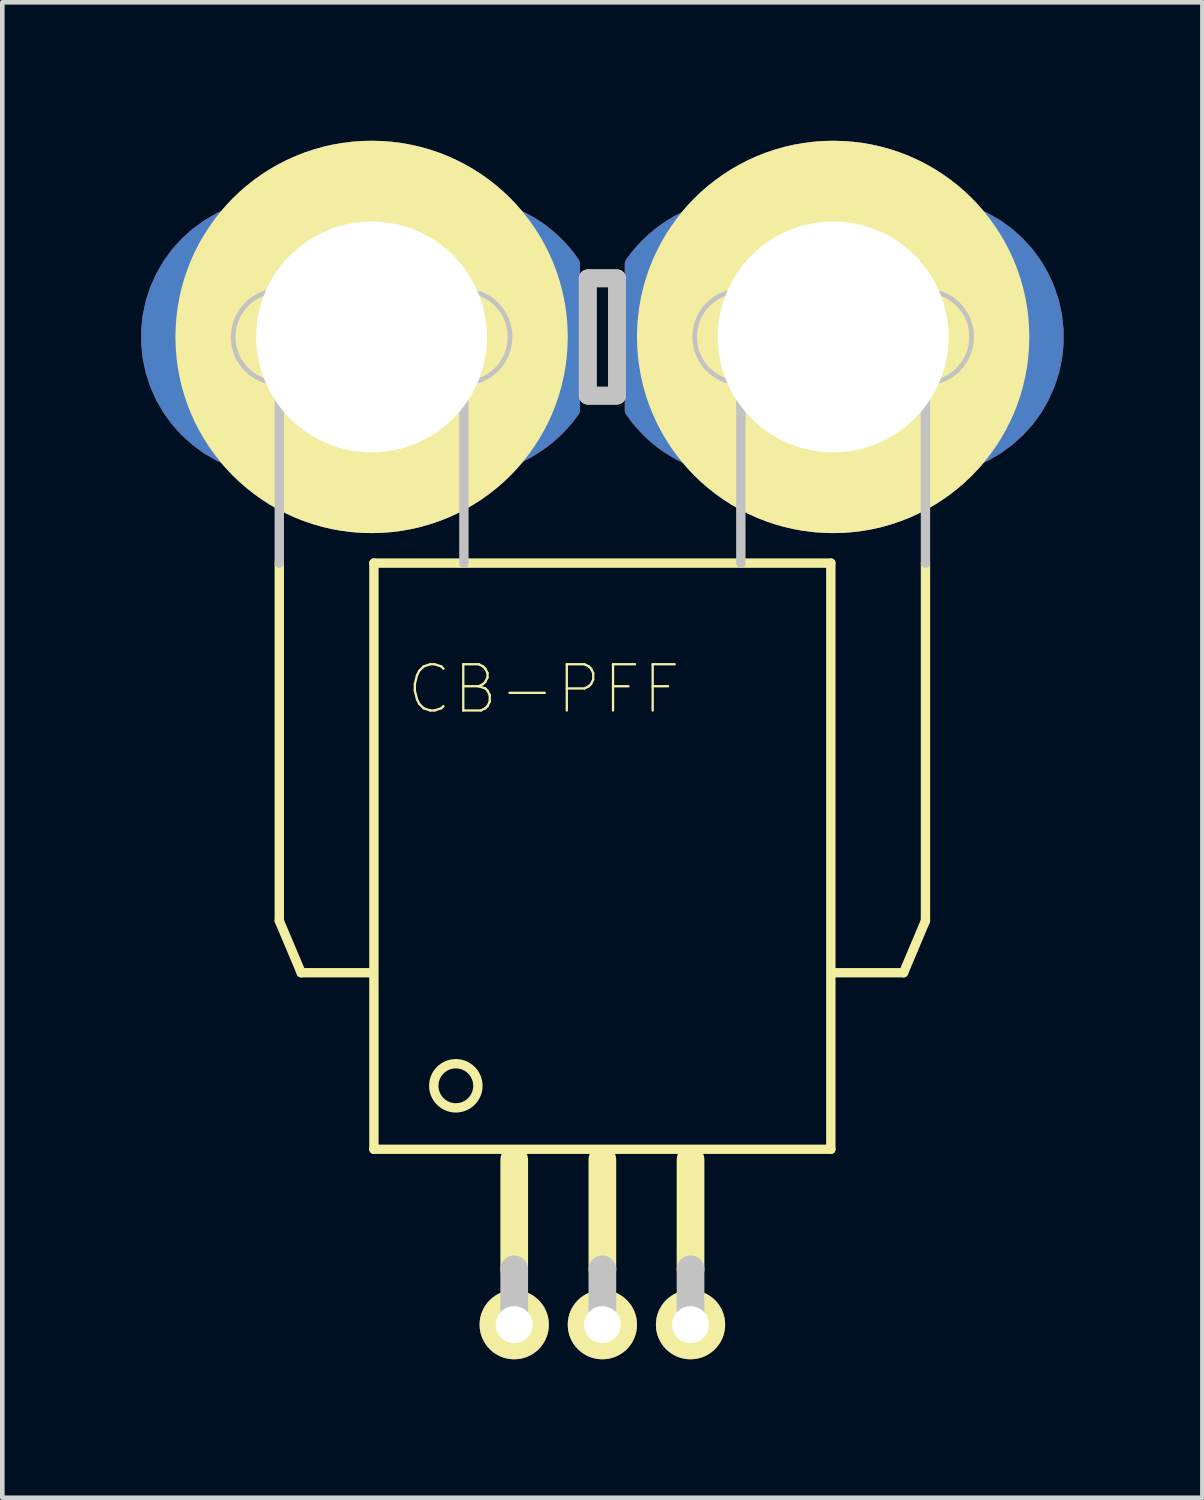
<source format=kicad_pcb>
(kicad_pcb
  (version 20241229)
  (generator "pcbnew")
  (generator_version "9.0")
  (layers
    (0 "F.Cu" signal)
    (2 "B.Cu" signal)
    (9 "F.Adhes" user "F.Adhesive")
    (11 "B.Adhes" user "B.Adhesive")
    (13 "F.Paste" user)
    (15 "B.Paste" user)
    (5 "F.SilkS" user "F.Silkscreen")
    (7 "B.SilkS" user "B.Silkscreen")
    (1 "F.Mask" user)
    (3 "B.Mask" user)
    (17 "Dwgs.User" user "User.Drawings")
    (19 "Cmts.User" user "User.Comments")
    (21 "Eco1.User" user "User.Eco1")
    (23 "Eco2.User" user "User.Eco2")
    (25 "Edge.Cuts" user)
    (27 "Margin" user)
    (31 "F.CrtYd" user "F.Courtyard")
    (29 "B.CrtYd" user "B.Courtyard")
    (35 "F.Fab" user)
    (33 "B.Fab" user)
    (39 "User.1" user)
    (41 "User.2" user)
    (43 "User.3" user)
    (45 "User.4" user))
  (footprint "CB-PFF"
    (layer "F.Cu")
    (at 10.001 4.25)
    (property "Reference" "CB-PFF" (at -1.272 7.632 0) (layer "F.SilkS") (effects (font (size 1.002 1.002) (thickness 0.05))))
    (attr through_hole)
    (fp_poly (pts (xy -0.635 -1.587) (xy -0.635 1.587) (xy -0.661 -1.626) (xy -0.713 -1.698) (xy -0.767 -1.769) (xy -0.824 -1.838) (xy -0.882 -1.905) (xy -0.943 -1.97) (xy -1.005 -2.034) (xy -1.07 -2.095) (xy -1.136 -2.155) (xy -1.204 -2.212) (xy -1.274 -2.267) (xy -1.346 -2.321) (xy -1.419 -2.371) (xy -1.494 -2.42) (xy -1.57 -2.466) (xy -1.647 -2.51) (xy -1.726 -2.552) (xy -1.806 -2.591) (xy -1.888 -2.627) (xy -1.97 -2.661) (xy -2.053 -2.693) (xy -2.138 -2.721) (xy -2.223 -2.748) (xy -2.309 -2.771) (xy -2.395 -2.792) (xy -2.482 -2.81) (xy -2.57 -2.826) (xy -2.658 -2.839) (xy -2.747 -2.849) (xy -2.836 -2.856) (xy -2.857 -2.857) (xy -6.985 2.857) (xy -7.135 -2.857) (xy -7.432 -2.826) (xy -7.725 -2.764) (xy -8.01 -2.671) (xy -8.284 -2.55) (xy -8.543 -2.4) (xy -8.786 -2.224) (xy -9.008 -2.023) (xy -9.209 -1.801) (xy -9.385 -1.559) (xy -9.534 -1.299) (xy -9.656 -1.026) (xy -9.749 -0.741) (xy -9.811 -0.448) (xy -9.842 -0.15) (xy -9.842 0.15) (xy -9.811 0.447) (xy -9.749 0.74) (xy -9.656 1.025) (xy -9.535 1.299) (xy -9.385 1.558) (xy -9.209 1.801) (xy -9.008 2.023) (xy -8.786 2.224) (xy -8.544 2.4) (xy -8.284 2.549) (xy -8.011 2.671) (xy -7.726 2.764) (xy -7.433 2.826) (xy -7.135 2.857) (xy -6.985 2.857) (xy -2.857 -2.857) (xy -2.793 2.852) (xy -2.706 2.842) (xy -2.619 2.829) (xy -2.533 2.814) (xy -2.447 2.796) (xy -2.362 2.776) (xy -2.277 2.753) (xy -2.193 2.728) (xy -2.11 2.701) (xy -2.028 2.671) (xy -1.946 2.638) (xy -1.866 2.604) (xy -1.786 2.566) (xy -1.708 2.527) (xy -1.631 2.486) (xy -1.555 2.442) (xy -1.48 2.396) (xy -1.407 2.348) (xy -1.335 2.297) (xy -1.265 2.245) (xy -1.196 2.191) (xy -1.129 2.134) (xy -1.064 2.076) (xy -1 2.016) (xy -0.938 1.954) (xy -0.878 1.89) (xy -0.82 1.825) (xy -0.763 1.758) (xy -0.709 1.689) (xy -0.657 1.619)) (stroke (width 0.3) (type solid)) (fill yes) (layer "F.Cu"))
    (fp_poly (pts (xy 0.635 1.587) (xy 0.635 -1.587) (xy 0.661 1.626) (xy 0.713 1.698) (xy 0.767 1.769) (xy 0.824 1.838) (xy 0.882 1.905) (xy 0.943 1.97) (xy 1.005 2.034) (xy 1.07 2.095) (xy 1.136 2.155) (xy 1.204 2.212) (xy 1.274 2.267) (xy 1.346 2.321) (xy 1.419 2.371) (xy 1.494 2.42) (xy 1.57 2.466) (xy 1.647 2.51) (xy 1.726 2.552) (xy 1.806 2.591) (xy 1.888 2.627) (xy 1.97 2.661) (xy 2.053 2.693) (xy 2.138 2.721) (xy 2.223 2.748) (xy 2.309 2.771) (xy 2.395 2.792) (xy 2.482 2.81) (xy 2.57 2.826) (xy 2.658 2.839) (xy 2.747 2.849) (xy 2.836 2.856) (xy 2.857 2.857) (xy 6.985 -2.857) (xy 7.135 2.857) (xy 7.432 2.826) (xy 7.725 2.764) (xy 8.01 2.671) (xy 8.284 2.55) (xy 8.543 2.4) (xy 8.786 2.224) (xy 9.008 2.023) (xy 9.209 1.801) (xy 9.385 1.559) (xy 9.534 1.299) (xy 9.656 1.026) (xy 9.749 0.741) (xy 9.811 0.448) (xy 9.842 0.15) (xy 9.842 -0.15) (xy 9.811 -0.447) (xy 9.749 -0.74) (xy 9.656 -1.025) (xy 9.535 -1.299) (xy 9.385 -1.558) (xy 9.209 -1.801) (xy 9.008 -2.023) (xy 8.786 -2.224) (xy 8.544 -2.4) (xy 8.284 -2.549) (xy 8.011 -2.671) (xy 7.726 -2.764) (xy 7.433 -2.826) (xy 7.135 -2.857) (xy 6.985 -2.857) (xy 2.857 2.857) (xy 2.793 -2.852) (xy 2.706 -2.842) (xy 2.619 -2.829) (xy 2.533 -2.814) (xy 2.447 -2.796) (xy 2.362 -2.776) (xy 2.277 -2.753) (xy 2.193 -2.728) (xy 2.11 -2.701) (xy 2.028 -2.671) (xy 1.946 -2.638) (xy 1.866 -2.604) (xy 1.786 -2.566) (xy 1.708 -2.527) (xy 1.631 -2.486) (xy 1.555 -2.442) (xy 1.48 -2.396) (xy 1.407 -2.348) (xy 1.335 -2.297) (xy 1.265 -2.245) (xy 1.196 -2.191) (xy 1.129 -2.134) (xy 1.064 -2.076) (xy 1 -2.016) (xy 0.938 -1.954) (xy 0.878 -1.89) (xy 0.82 -1.825) (xy 0.763 -1.758) (xy 0.709 -1.689) (xy 0.657 -1.619)) (stroke (width 0.3) (type solid)) (fill yes) (layer "F.Cu"))
    (fp_poly (pts (xy -0.635 -1.587) (xy -0.635 1.587) (xy -0.661 -1.626) (xy -0.713 -1.698) (xy -0.767 -1.769) (xy -0.824 -1.838) (xy -0.882 -1.905) (xy -0.943 -1.97) (xy -1.005 -2.034) (xy -1.07 -2.095) (xy -1.136 -2.155) (xy -1.204 -2.212) (xy -1.274 -2.267) (xy -1.346 -2.321) (xy -1.419 -2.371) (xy -1.494 -2.42) (xy -1.57 -2.466) (xy -1.647 -2.51) (xy -1.726 -2.552) (xy -1.806 -2.591) (xy -1.888 -2.627) (xy -1.97 -2.661) (xy -2.053 -2.693) (xy -2.138 -2.721) (xy -2.223 -2.748) (xy -2.309 -2.771) (xy -2.395 -2.792) (xy -2.482 -2.81) (xy -2.57 -2.826) (xy -2.658 -2.839) (xy -2.747 -2.849) (xy -2.836 -2.856) (xy -2.857 -2.857) (xy -6.985 2.857) (xy -7.135 -2.857) (xy -7.432 -2.826) (xy -7.725 -2.764) (xy -8.01 -2.671) (xy -8.284 -2.55) (xy -8.543 -2.4) (xy -8.786 -2.224) (xy -9.008 -2.023) (xy -9.209 -1.801) (xy -9.385 -1.559) (xy -9.534 -1.299) (xy -9.656 -1.026) (xy -9.749 -0.741) (xy -9.811 -0.448) (xy -9.842 -0.15) (xy -9.842 0.15) (xy -9.811 0.447) (xy -9.749 0.74) (xy -9.656 1.025) (xy -9.535 1.299) (xy -9.385 1.558) (xy -9.209 1.801) (xy -9.008 2.023) (xy -8.786 2.224) (xy -8.544 2.4) (xy -8.284 2.549) (xy -8.011 2.671) (xy -7.726 2.764) (xy -7.433 2.826) (xy -7.135 2.857) (xy -6.985 2.857) (xy -2.857 -2.857) (xy -2.793 2.852) (xy -2.706 2.842) (xy -2.619 2.829) (xy -2.533 2.814) (xy -2.447 2.796) (xy -2.362 2.776) (xy -2.277 2.753) (xy -2.193 2.728) (xy -2.11 2.701) (xy -2.028 2.671) (xy -1.946 2.638) (xy -1.866 2.604) (xy -1.786 2.566) (xy -1.708 2.527) (xy -1.631 2.486) (xy -1.555 2.442) (xy -1.48 2.396) (xy -1.407 2.348) (xy -1.335 2.297) (xy -1.265 2.245) (xy -1.196 2.191) (xy -1.129 2.134) (xy -1.064 2.076) (xy -1 2.016) (xy -0.938 1.954) (xy -0.878 1.89) (xy -0.82 1.825) (xy -0.763 1.758) (xy -0.709 1.689) (xy -0.657 1.619)) (stroke (width 0.3) (type solid)) (fill yes) (layer "B.Cu"))
    (fp_poly (pts (xy 0.635 1.587) (xy 0.635 -1.587) (xy 0.661 1.626) (xy 0.713 1.698) (xy 0.767 1.769) (xy 0.824 1.838) (xy 0.882 1.905) (xy 0.943 1.97) (xy 1.005 2.034) (xy 1.07 2.095) (xy 1.136 2.155) (xy 1.204 2.212) (xy 1.274 2.267) (xy 1.346 2.321) (xy 1.419 2.371) (xy 1.494 2.42) (xy 1.57 2.466) (xy 1.647 2.51) (xy 1.726 2.552) (xy 1.806 2.591) (xy 1.888 2.627) (xy 1.97 2.661) (xy 2.053 2.693) (xy 2.138 2.721) (xy 2.223 2.748) (xy 2.309 2.771) (xy 2.395 2.792) (xy 2.482 2.81) (xy 2.57 2.826) (xy 2.658 2.839) (xy 2.747 2.849) (xy 2.836 2.856) (xy 2.857 2.857) (xy 6.985 -2.857) (xy 7.135 2.857) (xy 7.432 2.826) (xy 7.725 2.764) (xy 8.01 2.671) (xy 8.284 2.55) (xy 8.543 2.4) (xy 8.786 2.224) (xy 9.008 2.023) (xy 9.209 1.801) (xy 9.385 1.559) (xy 9.534 1.299) (xy 9.656 1.026) (xy 9.749 0.741) (xy 9.811 0.448) (xy 9.842 0.15) (xy 9.842 -0.15) (xy 9.811 -0.447) (xy 9.749 -0.74) (xy 9.656 -1.025) (xy 9.535 -1.299) (xy 9.385 -1.558) (xy 9.209 -1.801) (xy 9.008 -2.023) (xy 8.786 -2.224) (xy 8.544 -2.4) (xy 8.284 -2.549) (xy 8.011 -2.671) (xy 7.726 -2.764) (xy 7.433 -2.826) (xy 7.135 -2.857) (xy 6.985 -2.857) (xy 2.857 2.857) (xy 2.793 -2.852) (xy 2.706 -2.842) (xy 2.619 -2.829) (xy 2.533 -2.814) (xy 2.447 -2.796) (xy 2.362 -2.776) (xy 2.277 -2.753) (xy 2.193 -2.728) (xy 2.11 -2.701) (xy 2.028 -2.671) (xy 1.946 -2.638) (xy 1.866 -2.604) (xy 1.786 -2.566) (xy 1.708 -2.527) (xy 1.631 -2.486) (xy 1.555 -2.442) (xy 1.48 -2.396) (xy 1.407 -2.348) (xy 1.335 -2.297) (xy 1.265 -2.245) (xy 1.196 -2.191) (xy 1.129 -2.134) (xy 1.064 -2.076) (xy 1 -2.016) (xy 0.938 -1.954) (xy 0.878 -1.89) (xy 0.82 -1.825) (xy 0.763 -1.758) (xy 0.709 -1.689) (xy 0.657 -1.619)) (stroke (width 0.3) (type solid)) (fill yes) (layer "B.Cu"))
    (fp_line (start -7 4.9) (end -7 12.65) (stroke (width 0.203) (type solid)) (layer "F.SilkS"))
    (fp_line (start -6.525 13.775) (end -7 12.65) (stroke (width 0.203) (type solid)) (layer "F.SilkS"))
    (fp_line (start -6.525 13.775) (end -5.025 13.775) (stroke (width 0.203) (type solid)) (layer "F.SilkS"))
    (fp_line (start -4.95 4.9) (end -4.95 17.6) (stroke (width 0.203) (type solid)) (layer "F.SilkS"))
    (fp_line (start -4.95 4.9) (end 4.95 4.9) (stroke (width 0.203) (type solid)) (layer "F.SilkS"))
    (fp_line (start -4.95 17.6) (end 4.95 17.6) (stroke (width 0.203) (type solid)) (layer "F.SilkS"))
    (fp_line (start -1.91 20.2) (end -1.91 17.825) (stroke (width 0.6) (type solid)) (layer "F.SilkS"))
    (fp_line (start 0 20.2) (end 0 17.825) (stroke (width 0.6) (type solid)) (layer "F.SilkS"))
    (fp_line (start 1.91 20.2) (end 1.91 17.825) (stroke (width 0.6) (type solid)) (layer "F.SilkS"))
    (fp_line (start 4.95 17.6) (end 4.95 4.9) (stroke (width 0.203) (type solid)) (layer "F.SilkS"))
    (fp_line (start 6.525 13.775) (end 5 13.775) (stroke (width 0.203) (type solid)) (layer "F.SilkS"))
    (fp_line (start 6.525 13.775) (end 7 12.65) (stroke (width 0.203) (type solid)) (layer "F.SilkS"))
    (fp_line (start 7 4.9) (end 7 12.65) (stroke (width 0.203) (type solid)) (layer "F.SilkS"))
    (fp_circle (center -3.175 16.225) (end -2.697 16.225) (stroke (width 0.203) (type solid)) (fill no) (layer "F.SilkS"))
    (fp_line (start -7 -3) (end -3 -3) (stroke (width 0.001) (type solid)) (layer "Dwgs.User"))
    (fp_line (start -7 -1) (end -3 -1) (stroke (width 0.1) (type solid)) (layer "Dwgs.User"))
    (fp_line (start -7 -0.7) (end -7 4.9) (stroke (width 0.203) (type solid)) (layer "Dwgs.User"))
    (fp_line (start -7 -0.7) (end -3 -0.7) (stroke (width 0.203) (type solid)) (layer "Dwgs.User"))
    (fp_line (start -7 3) (end -3 3) (stroke (width 0.001) (type solid)) (layer "Dwgs.User"))
    (fp_line (start -3 -0.7) (end -3 4.9) (stroke (width 0.203) (type solid)) (layer "Dwgs.User"))
    (fp_line (start -3 1) (end -7 1) (stroke (width 0.1) (type solid)) (layer "Dwgs.User"))
    (fp_line (start -1.91 21.4) (end -1.91 20.2) (stroke (width 0.6) (type solid)) (layer "Dwgs.User"))
    (fp_line (start -0.5 -1.65) (end -0.5 1.65) (stroke (width 0.001) (type solid)) (layer "Dwgs.User"))
    (fp_line (start 0 21.4) (end 0 20.2) (stroke (width 0.6) (type solid)) (layer "Dwgs.User"))
    (fp_line (start 0.5 -1.65) (end 0.5 1.65) (stroke (width 0.001) (type solid)) (layer "Dwgs.User"))
    (fp_line (start 1.91 21.4) (end 1.91 20.2) (stroke (width 0.6) (type solid)) (layer "Dwgs.User"))
    (fp_line (start 3 -1) (end 7 -1) (stroke (width 0.1) (type solid)) (layer "Dwgs.User"))
    (fp_line (start 3 -0.7) (end 3 4.9) (stroke (width 0.203) (type solid)) (layer "Dwgs.User"))
    (fp_line (start 7 -3) (end 3 -3) (stroke (width 0.001) (type solid)) (layer "Dwgs.User"))
    (fp_line (start 7 -0.7) (end 3 -0.7) (stroke (width 0.203) (type solid)) (layer "Dwgs.User"))
    (fp_line (start 7 1) (end 3 1) (stroke (width 0.1) (type solid)) (layer "Dwgs.User"))
    (fp_line (start 7 3) (end 3 3) (stroke (width 0.001) (type solid)) (layer "Dwgs.User"))
    (fp_line (start 7 4.9) (end 7 -0.7) (stroke (width 0.203) (type solid)) (layer "Dwgs.User"))
    (fp_arc (start -7 1) (mid -8 0) (end -7 -1) (stroke (width 0.1) (type solid)) (layer "Dwgs.User"))
    (fp_arc (start -7 3) (mid -10 0) (end -7 -3) (stroke (width 0.001) (type solid)) (layer "Dwgs.User"))
    (fp_arc (start -3 -1) (mid -2 0) (end -3 1) (stroke (width 0.1) (type solid)) (layer "Dwgs.User"))
    (fp_arc (start -2.997995 -2.999998) (mid -1.57851 -2.640464) (end -0.5 -1.65) (stroke (width 0.001) (type solid)) (layer "Dwgs.User"))
    (fp_arc (start -0.5 1.65) (mid -1.57851 2.640464) (end -2.997995 2.999998) (stroke (width 0.001) (type solid)) (layer "Dwgs.User"))
    (fp_arc (start 0.5 -1.65) (mid 1.57851 -2.640464) (end 2.997995 -2.999998) (stroke (width 0.001) (type solid)) (layer "Dwgs.User"))
    (fp_arc (start 2.997995 2.999998) (mid 1.57851 2.640464) (end 0.5 1.65) (stroke (width 0.001) (type solid)) (layer "Dwgs.User"))
    (fp_arc (start 3 1) (mid 2 0) (end 3 -1) (stroke (width 0.1) (type solid)) (layer "Dwgs.User"))
    (fp_arc (start 7 -3) (mid 10 0) (end 7 3) (stroke (width 0.001) (type solid)) (layer "Dwgs.User"))
    (fp_arc (start 7 -1) (mid 8 0) (end 7 1) (stroke (width 0.1) (type solid)) (layer "Dwgs.User"))
    (fp_circle (center -8.902 -0.618) (end -8.652 -0.618) (stroke (width 0.001) (type solid)) (fill no) (layer "Dwgs.User"))
    (fp_circle (center -8.902 0.618) (end -8.652 0.618) (stroke (width 0.001) (type solid)) (fill no) (layer "Dwgs.User"))
    (fp_circle (center -8.176 1.618) (end -7.926 1.618) (stroke (width 0.001) (type solid)) (fill no) (layer "Dwgs.User"))
    (fp_circle (center -8.176 -1.618) (end -7.926 -1.618) (stroke (width 0.001) (type solid)) (fill no) (layer "Dwgs.User"))
    (fp_circle (center -7 -2) (end -6.75 -2) (stroke (width 0.001) (type solid)) (fill no) (layer "Dwgs.User"))
    (fp_circle (center -7 2) (end -6.75 2) (stroke (width 0.001) (type solid)) (fill no) (layer "Dwgs.User"))
    (fp_circle (center -5.667 2) (end -5.417 2) (stroke (width 0.001) (type solid)) (fill no) (layer "Dwgs.User"))
    (fp_circle (center -5.667 -2) (end -5.417 -2) (stroke (width 0.001) (type solid)) (fill no) (layer "Dwgs.User"))
    (fp_circle (center -4.333 2) (end -4.083 2) (stroke (width 0.001) (type solid)) (fill no) (layer "Dwgs.User"))
    (fp_circle (center -4.333 -2) (end -4.083 -2) (stroke (width 0.001) (type solid)) (fill no) (layer "Dwgs.User"))
    (fp_circle (center -3 -2) (end -2.75 -2) (stroke (width 0.001) (type solid)) (fill no) (layer "Dwgs.User"))
    (fp_circle (center -3 2) (end -2.75 2) (stroke (width 0.001) (type solid)) (fill no) (layer "Dwgs.User"))
    (fp_circle (center -1.824 1.618) (end -1.574 1.618) (stroke (width 0.001) (type solid)) (fill no) (layer "Dwgs.User"))
    (fp_circle (center -1.824 -1.618) (end -1.574 -1.618) (stroke (width 0.001) (type solid)) (fill no) (layer "Dwgs.User"))
    (fp_circle (center -1.098 -0.618) (end -0.848 -0.618) (stroke (width 0.001) (type solid)) (fill no) (layer "Dwgs.User"))
    (fp_circle (center -1.098 0.618) (end -0.848 0.618) (stroke (width 0.001) (type solid)) (fill no) (layer "Dwgs.User"))
    (fp_circle (center 1.098 -0.618) (end 1.348 -0.618) (stroke (width 0.001) (type solid)) (fill no) (layer "Dwgs.User"))
    (fp_circle (center 1.098 0.618) (end 1.348 0.618) (stroke (width 0.001) (type solid)) (fill no) (layer "Dwgs.User"))
    (fp_circle (center 1.824 1.618) (end 2.074 1.618) (stroke (width 0.001) (type solid)) (fill no) (layer "Dwgs.User"))
    (fp_circle (center 1.824 -1.618) (end 2.074 -1.618) (stroke (width 0.001) (type solid)) (fill no) (layer "Dwgs.User"))
    (fp_circle (center 3 -2) (end 3.25 -2) (stroke (width 0.001) (type solid)) (fill no) (layer "Dwgs.User"))
    (fp_circle (center 3 2) (end 3.25 2) (stroke (width 0.001) (type solid)) (fill no) (layer "Dwgs.User"))
    (fp_circle (center 4.333 2) (end 4.583 2) (stroke (width 0.001) (type solid)) (fill no) (layer "Dwgs.User"))
    (fp_circle (center 4.333 -2) (end 4.583 -2) (stroke (width 0.001) (type solid)) (fill no) (layer "Dwgs.User"))
    (fp_circle (center 5.667 2) (end 5.917 2) (stroke (width 0.001) (type solid)) (fill no) (layer "Dwgs.User"))
    (fp_circle (center 5.667 -2) (end 5.917 -2) (stroke (width 0.001) (type solid)) (fill no) (layer "Dwgs.User"))
    (fp_circle (center 7 -2) (end 7.25 -2) (stroke (width 0.001) (type solid)) (fill no) (layer "Dwgs.User"))
    (fp_circle (center 7 2) (end 7.25 2) (stroke (width 0.001) (type solid)) (fill no) (layer "Dwgs.User"))
    (fp_circle (center 8.176 1.618) (end 8.426 1.618) (stroke (width 0.001) (type solid)) (fill no) (layer "Dwgs.User"))
    (fp_circle (center 8.176 -1.618) (end 8.426 -1.618) (stroke (width 0.001) (type solid)) (fill no) (layer "Dwgs.User"))
    (fp_circle (center 8.902 -0.618) (end 9.152 -0.618) (stroke (width 0.001) (type solid)) (fill no) (layer "Dwgs.User"))
    (fp_circle (center 8.902 0.618) (end 9.152 0.618) (stroke (width 0.001) (type solid)) (fill no) (layer "Dwgs.User"))
    (fp_poly (pts (xy -0.318 -1.27) (xy 0.318 -1.27) (xy 0.318 1.272) (xy -0.318 1.272)) (stroke (width 0.381) (type solid)) (fill no) (layer "Dwgs.User"))
    (fp_poly (pts (xy -0.318 -1.27) (xy 0.318 -1.27) (xy 0.318 1.272) (xy -0.318 1.272)) (stroke (width 0.381) (type solid)) (fill no) (layer "Dwgs.User"))
    (fp_poly (pts (xy -0.318 -1.27) (xy 0.318 -1.27) (xy 0.318 1.271) (xy -0.318 1.271)) (stroke (width 0.381) (type solid)) (fill no) (layer "Dwgs.User"))
    (pad "1" thru_hole circle (at -1.91 21.4) (size 1.5 1.5) (drill 0.8) (layers "*.Cu" "*.Mask" "F.SilkS"))
    (pad "2" thru_hole circle (at 0 21.4) (size 1.5 1.5) (drill 0.8) (layers "*.Cu" "*.Mask" "F.SilkS"))
    (pad "3" thru_hole circle (at 1.91 21.4) (size 1.5 1.5) (drill 0.8) (layers "*.Cu" "*.Mask" "F.SilkS"))
    (pad "4" thru_hole circle (at 5 0 180) (size 8.5 8.5) (drill 5) (layers "*.Cu" "*.Mask" "F.SilkS"))
    (pad "5" thru_hole circle (at -5 0) (size 8.5 8.5) (drill 5) (layers "*.Cu" "*.Mask" "F.SilkS")))
  (gr_rect
    (start -3 -3)
    (end 23.001 29.4)
    (stroke (width 0.1) (type default))
    (fill no)
    (layer "Edge.Cuts")))
</source>
